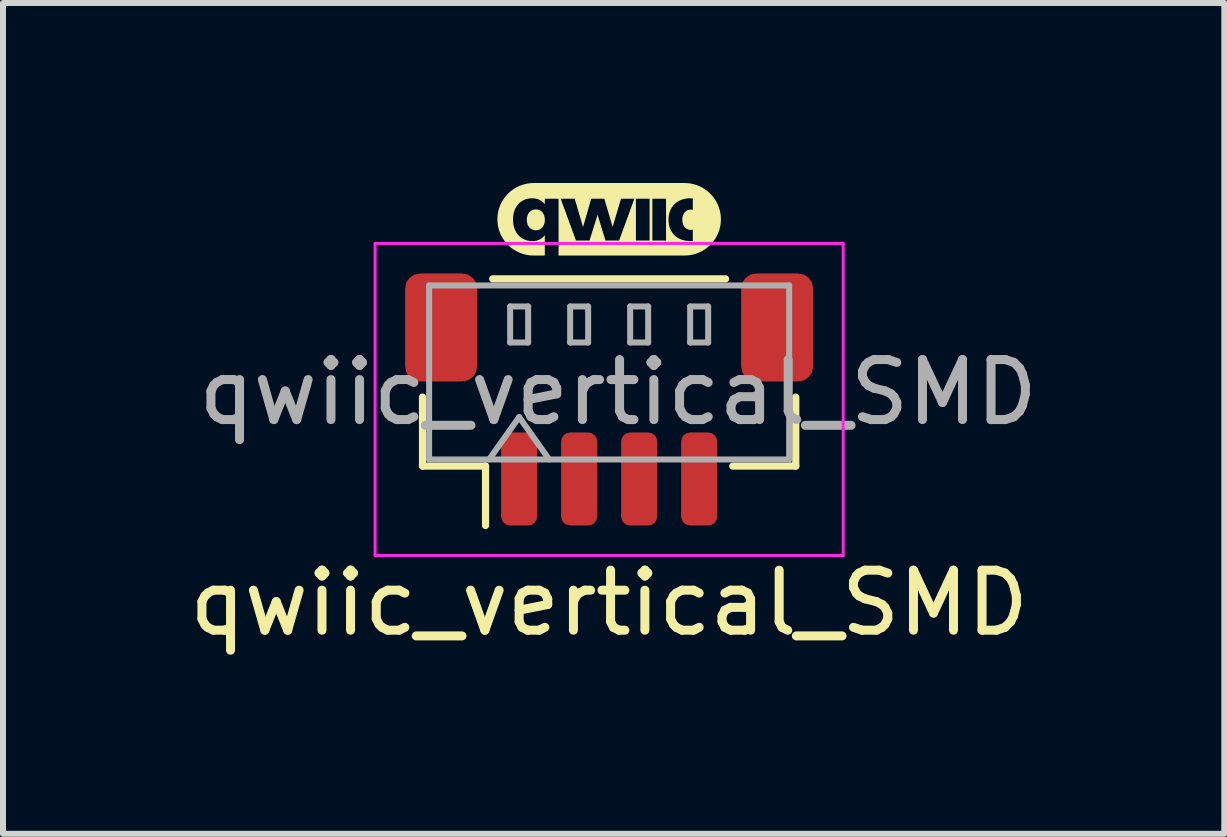
<source format=kicad_pcb>
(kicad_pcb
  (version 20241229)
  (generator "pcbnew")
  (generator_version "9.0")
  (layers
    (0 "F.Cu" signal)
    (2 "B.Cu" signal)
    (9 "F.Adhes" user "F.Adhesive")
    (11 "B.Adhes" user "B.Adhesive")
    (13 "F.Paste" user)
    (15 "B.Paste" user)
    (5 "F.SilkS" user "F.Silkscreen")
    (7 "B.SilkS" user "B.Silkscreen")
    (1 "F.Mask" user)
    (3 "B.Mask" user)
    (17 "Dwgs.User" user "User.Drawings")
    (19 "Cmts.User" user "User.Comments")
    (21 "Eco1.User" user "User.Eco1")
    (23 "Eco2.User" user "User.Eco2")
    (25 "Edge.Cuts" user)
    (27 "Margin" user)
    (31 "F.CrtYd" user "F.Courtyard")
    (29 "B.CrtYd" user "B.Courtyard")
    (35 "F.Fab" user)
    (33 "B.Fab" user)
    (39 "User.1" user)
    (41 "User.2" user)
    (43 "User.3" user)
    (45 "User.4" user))
  (footprint "qwiic_vertical_SMD"
    (layer "F.Cu")
    (at 7.101 3.457)
    (property "Reference" "qwiic_vertical_SMD" (at 0 3.54 0) (unlocked yes) (layer "F.SilkS") (effects (font (size 1 1) (thickness 0.15))))
    (attr smd)
    (fp_line (start -3.11 0.11) (end -3.11 1.26) (stroke (width 0.12) (type solid)) (layer "F.SilkS"))
    (fp_line (start -3.11 1.26) (end -2.06 1.26) (stroke (width 0.12) (type solid)) (layer "F.SilkS"))
    (fp_line (start -2.06 1.26) (end -2.06 2.25) (stroke (width 0.12) (type solid)) (layer "F.SilkS"))
    (fp_line (start -1.94 -1.86) (end 1.94 -1.86) (stroke (width 0.12) (type solid)) (layer "F.SilkS"))
    (fp_line (start 3.11 0.11) (end 3.11 1.26) (stroke (width 0.12) (type solid)) (layer "F.SilkS"))
    (fp_line (start 3.11 1.26) (end 2.06 1.26) (stroke (width 0.12) (type solid)) (layer "F.SilkS"))
    (fp_poly (pts (xy -1.213 -3.017) (xy -1.205 -3.016) (xy -1.197 -3.015) (xy -1.189 -3.014) (xy -1.182 -3.012) (xy -1.174 -3.01) (xy -1.167 -3.008) (xy -1.16 -3.005) (xy -1.154 -3.001) (xy -1.147 -2.998) (xy -1.141 -2.994) (xy -1.135 -2.99) (xy -1.129 -2.985) (xy -1.124 -2.98) (xy -1.118 -2.975) (xy -1.113 -2.969) (xy -1.108 -2.964) (xy -1.104 -2.957) (xy -1.1 -2.951) (xy -1.096 -2.944) (xy -1.092 -2.937) (xy -1.089 -2.93) (xy -1.086 -2.922) (xy -1.083 -2.915) (xy -1.08 -2.907) (xy -1.078 -2.898) (xy -1.076 -2.89) (xy -1.075 -2.881) (xy -1.073 -2.872) (xy -1.073 -2.863) (xy -1.072 -2.853) (xy -1.072 -2.844) (xy -1.072 -2.834) (xy -1.073 -2.825) (xy -1.073 -2.815) (xy -1.075 -2.806) (xy -1.076 -2.798) (xy -1.078 -2.789) (xy -1.08 -2.781) (xy -1.083 -2.773) (xy -1.086 -2.765) (xy -1.089 -2.758) (xy -1.092 -2.75) (xy -1.096 -2.743) (xy -1.1 -2.737) (xy -1.104 -2.73) (xy -1.108 -2.724) (xy -1.113 -2.718) (xy -1.118 -2.712) (xy -1.124 -2.707) (xy -1.129 -2.702) (xy -1.135 -2.698) (xy -1.141 -2.693) (xy -1.147 -2.689) (xy -1.154 -2.686) (xy -1.16 -2.682) (xy -1.167 -2.68) (xy -1.174 -2.677) (xy -1.182 -2.675) (xy -1.189 -2.673) (xy -1.197 -2.672) (xy -1.205 -2.671) (xy -1.213 -2.67) (xy -1.221 -2.67) (xy -1.229 -2.67) (xy -1.238 -2.671) (xy -1.246 -2.672) (xy -1.253 -2.673) (xy -1.261 -2.675) (xy -1.268 -2.677) (xy -1.276 -2.68) (xy -1.283 -2.682) (xy -1.289 -2.686) (xy -1.296 -2.689) (xy -1.302 -2.693) (xy -1.308 -2.698) (xy -1.314 -2.702) (xy -1.32 -2.707) (xy -1.325 -2.712) (xy -1.33 -2.718) (xy -1.335 -2.724) (xy -1.34 -2.73) (xy -1.344 -2.737) (xy -1.348 -2.743) (xy -1.351 -2.75) (xy -1.355 -2.758) (xy -1.358 -2.765) (xy -1.361 -2.773) (xy -1.363 -2.781) (xy -1.365 -2.789) (xy -1.367 -2.798) (xy -1.369 -2.806) (xy -1.37 -2.815) (xy -1.371 -2.825) (xy -1.371 -2.834) (xy -1.372 -2.844) (xy -1.371 -2.853) (xy -1.371 -2.862) (xy -1.37 -2.872) (xy -1.369 -2.881) (xy -1.367 -2.889) (xy -1.365 -2.898) (xy -1.363 -2.906) (xy -1.361 -2.914) (xy -1.358 -2.922) (xy -1.355 -2.929) (xy -1.351 -2.937) (xy -1.348 -2.944) (xy -1.344 -2.95) (xy -1.34 -2.957) (xy -1.335 -2.963) (xy -1.33 -2.969) (xy -1.325 -2.975) (xy -1.32 -2.98) (xy -1.314 -2.985) (xy -1.308 -2.989) (xy -1.302 -2.994) (xy -1.296 -2.998) (xy -1.289 -3.001) (xy -1.283 -3.005) (xy -1.276 -3.007) (xy -1.268 -3.01) (xy -1.261 -3.012) (xy -1.253 -3.014) (xy -1.246 -3.015) (xy -1.238 -3.016) (xy -1.229 -3.017) (xy -1.221 -3.017)) (stroke (width 0) (type solid)) (fill yes) (layer "F.SilkS"))
    (fp_poly (pts (xy 1.289 -3.456) (xy 1.32 -3.453) (xy 1.35 -3.45) (xy 1.38 -3.444) (xy 1.409 -3.438) (xy 1.438 -3.429) (xy 1.466 -3.42) (xy 1.493 -3.409) (xy 1.52 -3.397) (xy 1.546 -3.384) (xy 1.571 -3.369) (xy 1.596 -3.353) (xy 1.619 -3.337) (xy 1.642 -3.319) (xy 1.664 -3.3) (xy 1.685 -3.28) (xy 1.705 -3.259) (xy 1.724 -3.237) (xy 1.742 -3.214) (xy 1.759 -3.19) (xy 1.775 -3.166) (xy 1.789 -3.141) (xy 1.802 -3.115) (xy 1.815 -3.088) (xy 1.825 -3.06) (xy 1.835 -3.032) (xy 1.843 -3.004) (xy 1.85 -2.974) (xy 1.855 -2.945) (xy 1.859 -2.915) (xy 1.861 -2.884) (xy 1.862 -2.853) (xy 1.862 -2.853) (xy 1.861 -2.822) (xy 1.859 -2.791) (xy 1.855 -2.761) (xy 1.85 -2.731) (xy 1.843 -2.702) (xy 1.835 -2.673) (xy 1.825 -2.645) (xy 1.815 -2.618) (xy 1.802 -2.591) (xy 1.789 -2.565) (xy 1.775 -2.54) (xy 1.759 -2.515) (xy 1.742 -2.492) (xy 1.724 -2.469) (xy 1.705 -2.447) (xy 1.685 -2.426) (xy 1.664 -2.406) (xy 1.642 -2.387) (xy 1.619 -2.369) (xy 1.596 -2.352) (xy 1.571 -2.337) (xy 1.546 -2.322) (xy 1.52 -2.309) (xy 1.493 -2.297) (xy 1.466 -2.286) (xy 1.438 -2.276) (xy 1.409 -2.268) (xy 1.38 -2.261) (xy 1.35 -2.256) (xy 1.32 -2.252) (xy 1.289 -2.25) (xy 1.258 -2.249) (xy -0.843 -2.249) (xy -0.843 -3.195) (xy -0.807 -3.195) (xy -0.553 -2.499) (xy -0.327 -2.499) (xy -0.193 -2.928) (xy -0.061 -2.499) (xy 0.166 -2.499) (xy 0.446 -2.499) (xy 0.674 -2.499) (xy 0.72 -2.499) (xy 0.948 -2.499) (xy 0.948 -2.844) (xy 0.989 -2.844) (xy 0.989 -2.824) (xy 0.991 -2.805) (xy 0.993 -2.786) (xy 0.996 -2.767) (xy 0.999 -2.75) (xy 1.004 -2.732) (xy 1.009 -2.715) (xy 1.015 -2.699) (xy 1.021 -2.683) (xy 1.029 -2.668) (xy 1.037 -2.653) (xy 1.046 -2.639) (xy 1.055 -2.625) (xy 1.065 -2.612) (xy 1.076 -2.6) (xy 1.087 -2.588) (xy 1.099 -2.576) (xy 1.112 -2.566) (xy 1.125 -2.556) (xy 1.139 -2.547) (xy 1.154 -2.538) (xy 1.169 -2.53) (xy 1.184 -2.523) (xy 1.2 -2.516) (xy 1.217 -2.51) (xy 1.234 -2.505) (xy 1.252 -2.501) (xy 1.27 -2.497) (xy 1.288 -2.495) (xy 1.307 -2.493) (xy 1.327 -2.491) (xy 1.347 -2.491) (xy 1.353 -2.491) (xy 1.359 -2.491) (xy 1.365 -2.491) (xy 1.371 -2.492) (xy 1.376 -2.492) (xy 1.382 -2.492) (xy 1.394 -2.493) (xy 1.394 -2.68) (xy 1.39 -2.679) (xy 1.385 -2.678) (xy 1.381 -2.678) (xy 1.377 -2.677) (xy 1.372 -2.677) (xy 1.368 -2.676) (xy 1.363 -2.676) (xy 1.358 -2.676) (xy 1.351 -2.676) (xy 1.343 -2.677) (xy 1.336 -2.678) (xy 1.329 -2.679) (xy 1.322 -2.681) (xy 1.315 -2.683) (xy 1.308 -2.686) (xy 1.302 -2.688) (xy 1.296 -2.691) (xy 1.29 -2.695) (xy 1.284 -2.699) (xy 1.278 -2.703) (xy 1.273 -2.707) (xy 1.268 -2.712) (xy 1.263 -2.717) (xy 1.258 -2.722) (xy 1.254 -2.728) (xy 1.249 -2.734) (xy 1.245 -2.74) (xy 1.242 -2.747) (xy 1.238 -2.754) (xy 1.235 -2.761) (xy 1.232 -2.768) (xy 1.23 -2.776) (xy 1.227 -2.783) (xy 1.225 -2.792) (xy 1.223 -2.8) (xy 1.222 -2.808) (xy 1.22 -2.826) (xy 1.219 -2.845) (xy 1.22 -2.854) (xy 1.22 -2.863) (xy 1.221 -2.872) (xy 1.222 -2.881) (xy 1.223 -2.889) (xy 1.225 -2.898) (xy 1.227 -2.906) (xy 1.23 -2.913) (xy 1.232 -2.921) (xy 1.235 -2.928) (xy 1.238 -2.935) (xy 1.242 -2.942) (xy 1.245 -2.949) (xy 1.249 -2.955) (xy 1.254 -2.961) (xy 1.258 -2.967) (xy 1.263 -2.972) (xy 1.268 -2.977) (xy 1.273 -2.982) (xy 1.278 -2.986) (xy 1.284 -2.991) (xy 1.29 -2.994) (xy 1.296 -2.998) (xy 1.302 -3.001) (xy 1.308 -3.004) (xy 1.315 -3.006) (xy 1.322 -3.008) (xy 1.329 -3.01) (xy 1.336 -3.012) (xy 1.343 -3.013) (xy 1.351 -3.013) (xy 1.358 -3.013) (xy 1.363 -3.013) (xy 1.368 -3.013) (xy 1.372 -3.013) (xy 1.377 -3.012) (xy 1.381 -3.012) (xy 1.385 -3.011) (xy 1.39 -3.01) (xy 1.394 -3.01) (xy 1.394 -3.2) (xy 1.383 -3.201) (xy 1.377 -3.202) (xy 1.372 -3.202) (xy 1.366 -3.202) (xy 1.361 -3.202) (xy 1.355 -3.202) (xy 1.349 -3.202) (xy 1.329 -3.202) (xy 1.31 -3.201) (xy 1.29 -3.199) (xy 1.272 -3.196) (xy 1.254 -3.192) (xy 1.236 -3.188) (xy 1.219 -3.183) (xy 1.202 -3.177) (xy 1.186 -3.17) (xy 1.17 -3.163) (xy 1.155 -3.155) (xy 1.14 -3.146) (xy 1.126 -3.136) (xy 1.113 -3.126) (xy 1.1 -3.115) (xy 1.088 -3.104) (xy 1.077 -3.092) (xy 1.066 -3.079) (xy 1.056 -3.066) (xy 1.046 -3.052) (xy 1.037 -3.038) (xy 1.029 -3.023) (xy 1.022 -3.007) (xy 1.015 -2.991) (xy 1.009 -2.974) (xy 1.004 -2.957) (xy 0.999 -2.939) (xy 0.996 -2.921) (xy 0.993 -2.902) (xy 0.991 -2.883) (xy 0.99 -2.864) (xy 0.989 -2.844) (xy 0.948 -2.844) (xy 0.948 -3.195) (xy 0.72 -3.195) (xy 0.72 -2.499) (xy 0.674 -2.499) (xy 0.674 -3.195) (xy 0.446 -3.195) (xy 0.446 -2.499) (xy 0.166 -2.499) (xy 0.42 -3.195) (xy 0.197 -3.195) (xy 0.058 -2.724) (xy -0.08 -3.195) (xy -0.299 -3.195) (xy -0.435 -2.724) (xy -0.574 -3.195) (xy -0.807 -3.195) (xy -0.843 -3.195) (xy -1.072 -3.195) (xy -1.072 -3.103) (xy -1.081 -3.115) (xy -1.091 -3.126) (xy -1.102 -3.136) (xy -1.113 -3.145) (xy -1.124 -3.154) (xy -1.136 -3.162) (xy -1.149 -3.17) (xy -1.162 -3.177) (xy -1.175 -3.183) (xy -1.189 -3.188) (xy -1.204 -3.192) (xy -1.219 -3.196) (xy -1.234 -3.199) (xy -1.25 -3.201) (xy -1.266 -3.202) (xy -1.283 -3.202) (xy -1.301 -3.202) (xy -1.318 -3.201) (xy -1.335 -3.199) (xy -1.352 -3.196) (xy -1.368 -3.192) (xy -1.384 -3.188) (xy -1.399 -3.183) (xy -1.414 -3.177) (xy -1.428 -3.171) (xy -1.442 -3.163) (xy -1.455 -3.156) (xy -1.468 -3.147) (xy -1.48 -3.138) (xy -1.492 -3.128) (xy -1.504 -3.117) (xy -1.514 -3.106) (xy -1.524 -3.094) (xy -1.534 -3.081) (xy -1.543 -3.068) (xy -1.552 -3.055) (xy -1.559 -3.041) (xy -1.567 -3.026) (xy -1.573 -3.01) (xy -1.579 -2.995) (xy -1.584 -2.978) (xy -1.589 -2.961) (xy -1.593 -2.944) (xy -1.596 -2.926) (xy -1.599 -2.908) (xy -1.6 -2.889) (xy -1.602 -2.87) (xy -1.602 -2.85) (xy -1.602 -2.83) (xy -1.6 -2.81) (xy -1.599 -2.791) (xy -1.596 -2.772) (xy -1.593 -2.754) (xy -1.589 -2.736) (xy -1.584 -2.719) (xy -1.579 -2.702) (xy -1.573 -2.686) (xy -1.566 -2.671) (xy -1.559 -2.656) (xy -1.551 -2.641) (xy -1.542 -2.627) (xy -1.533 -2.614) (xy -1.524 -2.601) (xy -1.513 -2.589) (xy -1.502 -2.577) (xy -1.491 -2.566) (xy -1.479 -2.556) (xy -1.466 -2.547) (xy -1.453 -2.538) (xy -1.44 -2.53) (xy -1.425 -2.522) (xy -1.411 -2.516) (xy -1.396 -2.51) (xy -1.38 -2.504) (xy -1.364 -2.5) (xy -1.348 -2.496) (xy -1.331 -2.493) (xy -1.314 -2.491) (xy -1.296 -2.49) (xy -1.278 -2.49) (xy -1.262 -2.49) (xy -1.246 -2.491) (xy -1.23 -2.493) (xy -1.215 -2.496) (xy -1.201 -2.5) (xy -1.187 -2.504) (xy -1.173 -2.509) (xy -1.16 -2.515) (xy -1.147 -2.522) (xy -1.135 -2.529) (xy -1.123 -2.537) (xy -1.112 -2.546) (xy -1.101 -2.556) (xy -1.091 -2.566) (xy -1.081 -2.577) (xy -1.072 -2.589) (xy -1.072 -2.249) (xy -1.259 -2.249) (xy -1.29 -2.25) (xy -1.32 -2.252) (xy -1.351 -2.256) (xy -1.38 -2.261) (xy -1.409 -2.268) (xy -1.438 -2.276) (xy -1.466 -2.286) (xy -1.494 -2.297) (xy -1.52 -2.309) (xy -1.546 -2.322) (xy -1.572 -2.337) (xy -1.596 -2.352) (xy -1.62 -2.369) (xy -1.643 -2.387) (xy -1.664 -2.406) (xy -1.685 -2.426) (xy -1.705 -2.447) (xy -1.724 -2.469) (xy -1.742 -2.492) (xy -1.759 -2.515) (xy -1.775 -2.54) (xy -1.789 -2.565) (xy -1.803 -2.591) (xy -1.815 -2.618) (xy -1.826 -2.645) (xy -1.835 -2.673) (xy -1.843 -2.702) (xy -1.85 -2.731) (xy -1.855 -2.761) (xy -1.859 -2.791) (xy -1.861 -2.822) (xy -1.862 -2.853) (xy -1.862 -2.853) (xy -1.861 -2.884) (xy -1.859 -2.915) (xy -1.855 -2.945) (xy -1.85 -2.974) (xy -1.843 -3.004) (xy -1.835 -3.032) (xy -1.826 -3.06) (xy -1.815 -3.088) (xy -1.803 -3.115) (xy -1.789 -3.141) (xy -1.775 -3.166) (xy -1.759 -3.19) (xy -1.742 -3.214) (xy -1.724 -3.237) (xy -1.705 -3.259) (xy -1.685 -3.28) (xy -1.664 -3.3) (xy -1.643 -3.319) (xy -1.62 -3.337) (xy -1.596 -3.353) (xy -1.572 -3.369) (xy -1.546 -3.384) (xy -1.52 -3.397) (xy -1.494 -3.409) (xy -1.466 -3.42) (xy -1.438 -3.429) (xy -1.409 -3.438) (xy -1.38 -3.444) (xy -1.351 -3.45) (xy -1.32 -3.453) (xy -1.29 -3.456) (xy -1.259 -3.457) (xy 1.258 -3.457)) (stroke (width 0) (type solid)) (fill yes) (layer "F.SilkS"))
    (fp_line (start -3.9 -2.45) (end -3.9 2.75) (stroke (width 0.05) (type solid)) (layer "F.CrtYd"))
    (fp_line (start -3.9 2.75) (end 3.9 2.75) (stroke (width 0.05) (type solid)) (layer "F.CrtYd"))
    (fp_line (start 3.9 -2.45) (end -3.9 -2.45) (stroke (width 0.05) (type solid)) (layer "F.CrtYd"))
    (fp_line (start 3.9 2.75) (end 3.9 -2.45) (stroke (width 0.05) (type solid)) (layer "F.CrtYd"))
    (fp_line (start -3 -1.75) (end 3 -1.75) (stroke (width 0.1) (type solid)) (layer "F.Fab"))
    (fp_line (start -3 1.15) (end -3 -1.75) (stroke (width 0.1) (type solid)) (layer "F.Fab"))
    (fp_line (start -3 1.15) (end 3 1.15) (stroke (width 0.1) (type solid)) (layer "F.Fab"))
    (fp_line (start -2 1.15) (end -1.5 0.443) (stroke (width 0.1) (type solid)) (layer "F.Fab"))
    (fp_line (start -1.65 -1.4) (end -1.65 -0.8) (stroke (width 0.1) (type solid)) (layer "F.Fab"))
    (fp_line (start -1.65 -0.8) (end -1.35 -0.8) (stroke (width 0.1) (type solid)) (layer "F.Fab"))
    (fp_line (start -1.5 0.443) (end -1 1.15) (stroke (width 0.1) (type solid)) (layer "F.Fab"))
    (fp_line (start -1.35 -1.4) (end -1.65 -1.4) (stroke (width 0.1) (type solid)) (layer "F.Fab"))
    (fp_line (start -1.35 -0.8) (end -1.35 -1.4) (stroke (width 0.1) (type solid)) (layer "F.Fab"))
    (fp_line (start -0.65 -1.4) (end -0.65 -0.8) (stroke (width 0.1) (type solid)) (layer "F.Fab"))
    (fp_line (start -0.65 -0.8) (end -0.35 -0.8) (stroke (width 0.1) (type solid)) (layer "F.Fab"))
    (fp_line (start -0.35 -1.4) (end -0.65 -1.4) (stroke (width 0.1) (type solid)) (layer "F.Fab"))
    (fp_line (start -0.35 -0.8) (end -0.35 -1.4) (stroke (width 0.1) (type solid)) (layer "F.Fab"))
    (fp_line (start 0.35 -1.4) (end 0.35 -0.8) (stroke (width 0.1) (type solid)) (layer "F.Fab"))
    (fp_line (start 0.35 -0.8) (end 0.65 -0.8) (stroke (width 0.1) (type solid)) (layer "F.Fab"))
    (fp_line (start 0.65 -1.4) (end 0.35 -1.4) (stroke (width 0.1) (type solid)) (layer "F.Fab"))
    (fp_line (start 0.65 -0.8) (end 0.65 -1.4) (stroke (width 0.1) (type solid)) (layer "F.Fab"))
    (fp_line (start 1.35 -1.4) (end 1.35 -0.8) (stroke (width 0.1) (type solid)) (layer "F.Fab"))
    (fp_line (start 1.35 -0.8) (end 1.65 -0.8) (stroke (width 0.1) (type solid)) (layer "F.Fab"))
    (fp_line (start 1.65 -1.4) (end 1.35 -1.4) (stroke (width 0.1) (type solid)) (layer "F.Fab"))
    (fp_line (start 1.65 -0.8) (end 1.65 -1.4) (stroke (width 0.1) (type solid)) (layer "F.Fab"))
    (fp_line (start 3 1.15) (end 3 -1.75) (stroke (width 0.1) (type solid)) (layer "F.Fab"))
    (fp_text user "${REFERENCE}" (at 0.15 0.03 0) (layer "F.Fab") (effects (font (size 1 1) (thickness 0.15))))
    (pad "1" smd roundrect (at -1.5 1.475) (size 0.6 1.55) (layers "F.Cu" "F.Mask" "F.Paste") (roundrect_rratio 0.25))
    (pad "2" smd roundrect (at -0.5 1.475) (size 0.6 1.55) (layers "F.Cu" "F.Mask" "F.Paste") (roundrect_rratio 0.25))
    (pad "3" smd roundrect (at 0.5 1.475) (size 0.6 1.55) (layers "F.Cu" "F.Mask" "F.Paste") (roundrect_rratio 0.25))
    (pad "4" smd roundrect (at 1.5 1.475) (size 0.6 1.55) (layers "F.Cu" "F.Mask" "F.Paste") (roundrect_rratio 0.25))
    (pad "MP" smd roundrect (at -2.8 -1.05) (size 1.2 1.8) (layers "F.Cu" "F.Mask" "F.Paste") (roundrect_rratio 0.208))
    (pad "MP" smd roundrect (at 2.8 -1.05) (size 1.2 1.8) (layers "F.Cu" "F.Mask" "F.Paste") (roundrect_rratio 0.208)))
  (gr_rect
    (start -3 -3)
    (end 17.352 10.845)
    (stroke (width 0.1) (type default))
    (fill no)
    (layer "Edge.Cuts")))
</source>
